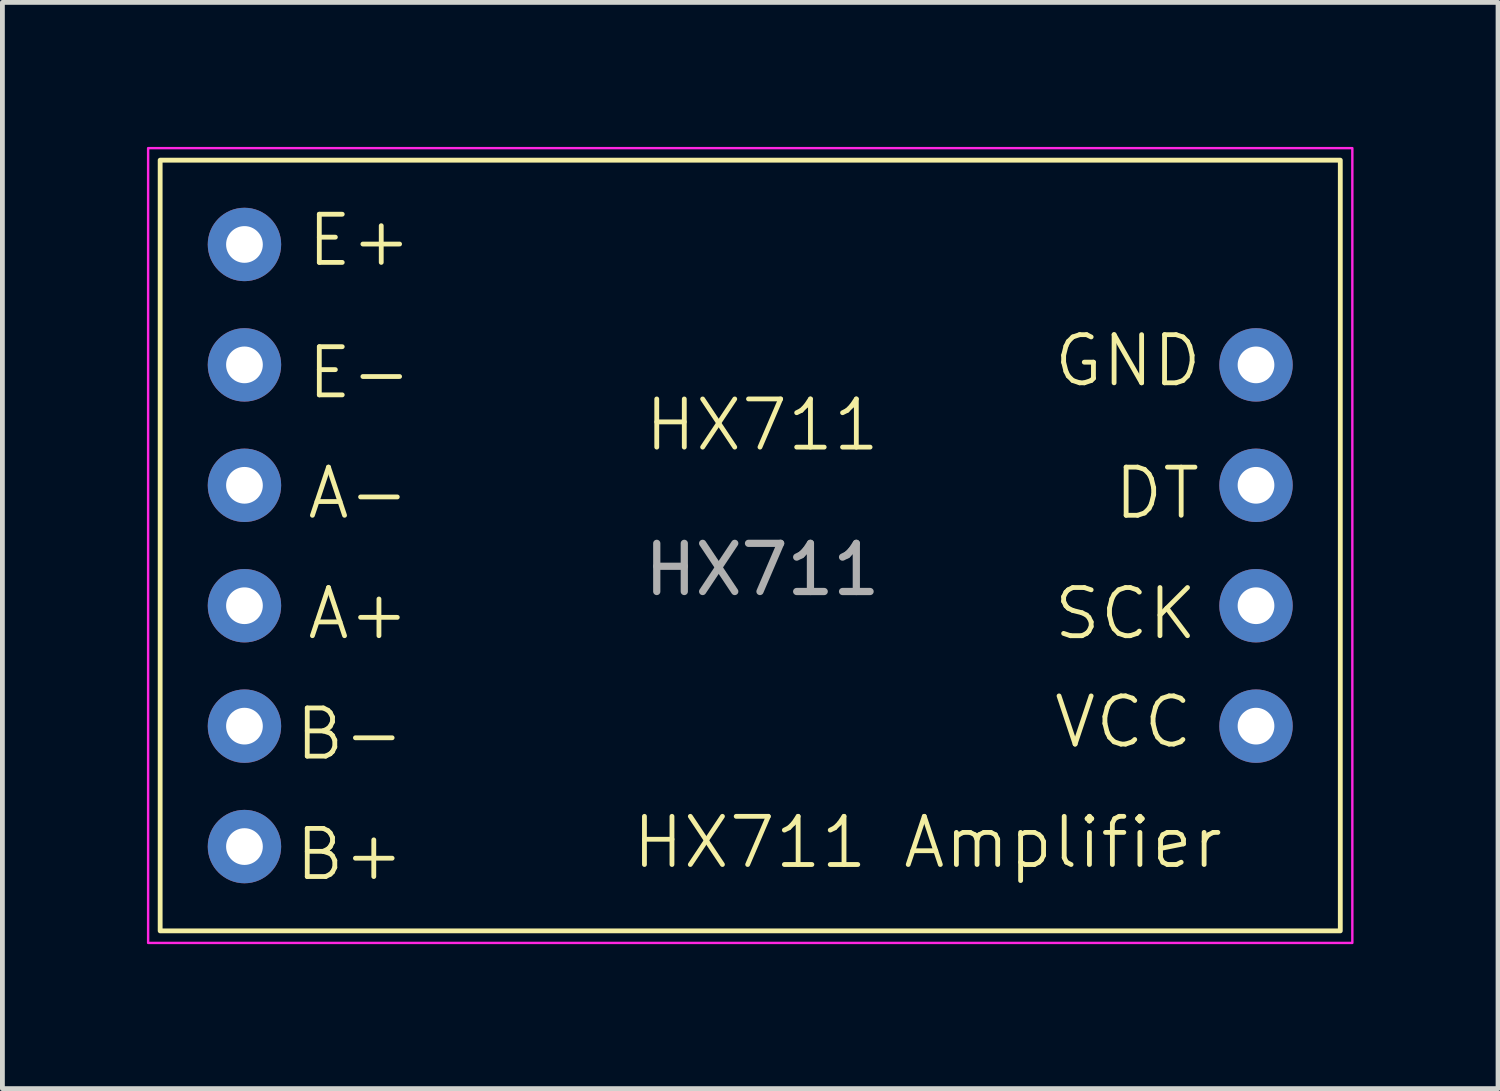
<source format=kicad_pcb>
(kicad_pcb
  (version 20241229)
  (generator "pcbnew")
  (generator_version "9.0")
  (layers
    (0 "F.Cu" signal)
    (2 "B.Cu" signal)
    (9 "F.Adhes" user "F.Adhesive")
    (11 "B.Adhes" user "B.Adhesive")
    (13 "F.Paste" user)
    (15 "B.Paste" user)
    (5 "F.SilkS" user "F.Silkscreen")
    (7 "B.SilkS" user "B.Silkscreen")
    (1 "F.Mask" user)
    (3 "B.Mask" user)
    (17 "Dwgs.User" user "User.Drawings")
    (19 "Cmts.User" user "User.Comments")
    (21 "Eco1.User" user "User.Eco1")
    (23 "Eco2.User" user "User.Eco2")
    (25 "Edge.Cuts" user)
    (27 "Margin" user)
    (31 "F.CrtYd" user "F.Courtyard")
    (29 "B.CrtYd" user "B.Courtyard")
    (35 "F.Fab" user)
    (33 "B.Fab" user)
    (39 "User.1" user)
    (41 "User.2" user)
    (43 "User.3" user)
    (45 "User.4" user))
  (footprint "HX711"
    (layer "F.Cu")
    (at 12.775 6.275)
    (property "Reference" "HX711" (at 0 -0.5 0) (unlocked yes) (layer "F.SilkS") (effects (font (size 1 1) (thickness 0.1))))
    (attr through_hole)
    (fp_rect (start -12.5 -6) (end 12 10) (stroke (width 0.1) (type default)) (fill no) (layer "F.SilkS"))
    (fp_rect (start -12.75 -6.25) (end 12.25 10.25) (stroke (width 0.05) (type default)) (fill no) (layer "F.CrtYd"))
    (fp_text user "SCK" (at 6 4 0) (unlocked yes) (layer "F.SilkS") (effects (font (size 1 1) (thickness 0.1)) (justify left bottom)))
    (fp_text user "E-" (at -9.5 -1 0) (unlocked yes) (layer "F.SilkS") (effects (font (size 1 1) (thickness 0.1)) (justify left bottom)))
    (fp_text user "GND" (at 6 -1.25 0) (unlocked yes) (layer "F.SilkS") (effects (font (size 1 1) (thickness 0.1)) (justify left bottom)))
    (fp_text user "E+" (at -9.5 -3.75 0) (unlocked yes) (layer "F.SilkS") (effects (font (size 1 1) (thickness 0.1)) (justify left bottom)))
    (fp_text user "B-" (at -9.75 6.5 0) (unlocked yes) (layer "F.SilkS") (effects (font (size 1 1) (thickness 0.1)) (justify left bottom)))
    (fp_text user "VCC" (at 6 6.25 0) (unlocked yes) (layer "F.SilkS") (effects (font (size 1 1) (thickness 0.1)) (justify left bottom)))
    (fp_text user "B+" (at -9.75 9 0) (unlocked yes) (layer "F.SilkS") (effects (font (size 1 1) (thickness 0.1)) (justify left bottom)))
    (fp_text user "A+" (at -9.5 4 0) (unlocked yes) (layer "F.SilkS") (effects (font (size 1 1) (thickness 0.1)) (justify left bottom)))
    (fp_text user "HX711 Amplifier" (at -2.75 8.75 0) (unlocked yes) (layer "F.SilkS") (effects (font (size 1 1) (thickness 0.1)) (justify left bottom)))
    (fp_text user "DT" (at 7.25 1.5 0) (unlocked yes) (layer "F.SilkS") (effects (font (size 1 1) (thickness 0.1)) (justify left bottom)))
    (fp_text user "A-" (at -9.5 1.5 0) (unlocked yes) (layer "F.SilkS") (effects (font (size 1 1) (thickness 0.1)) (justify left bottom)))
    (fp_text user "${REFERENCE}" (at 0 2.5 0) (unlocked yes) (layer "F.Fab") (effects (font (size 1 1) (thickness 0.15))))
    (pad "A+" thru_hole circle (at -10.75 3.25) (size 1.524 1.524) (drill 0.762) (layers "*.Cu" "*.Mask"))
    (pad "A-" thru_hole circle (at -10.75 0.75) (size 1.524 1.524) (drill 0.762) (layers "*.Cu" "*.Mask"))
    (pad "B+" thru_hole circle (at -10.75 8.25) (size 1.524 1.524) (drill 0.762) (layers "*.Cu" "*.Mask"))
    (pad "B-" thru_hole circle (at -10.75 5.75) (size 1.524 1.524) (drill 0.762) (layers "*.Cu" "*.Mask"))
    (pad "DT" thru_hole circle (at 10.25 0.75) (size 1.524 1.524) (drill 0.762) (layers "*.Cu" "*.Mask"))
    (pad "E+" thru_hole circle (at -10.75 -4.25) (size 1.524 1.524) (drill 0.762) (layers "*.Cu" "*.Mask"))
    (pad "E-" thru_hole circle (at -10.75 -1.75) (size 1.524 1.524) (drill 0.762) (layers "*.Cu" "*.Mask"))
    (pad "GND" thru_hole circle (at 10.25 -1.75) (size 1.524 1.524) (drill 0.762) (layers "*.Cu" "*.Mask"))
    (pad "SCK" thru_hole circle (at 10.25 3.25) (size 1.524 1.524) (drill 0.762) (layers "*.Cu" "*.Mask"))
    (pad "VCC" thru_hole circle (at 10.25 5.75) (size 1.524 1.524) (drill 0.762) (layers "*.Cu" "*.Mask")))
  (gr_rect
    (start -3 -3)
    (end 28.05 19.55)
    (stroke (width 0.1) (type default))
    (fill no)
    (layer "Edge.Cuts")))
</source>
